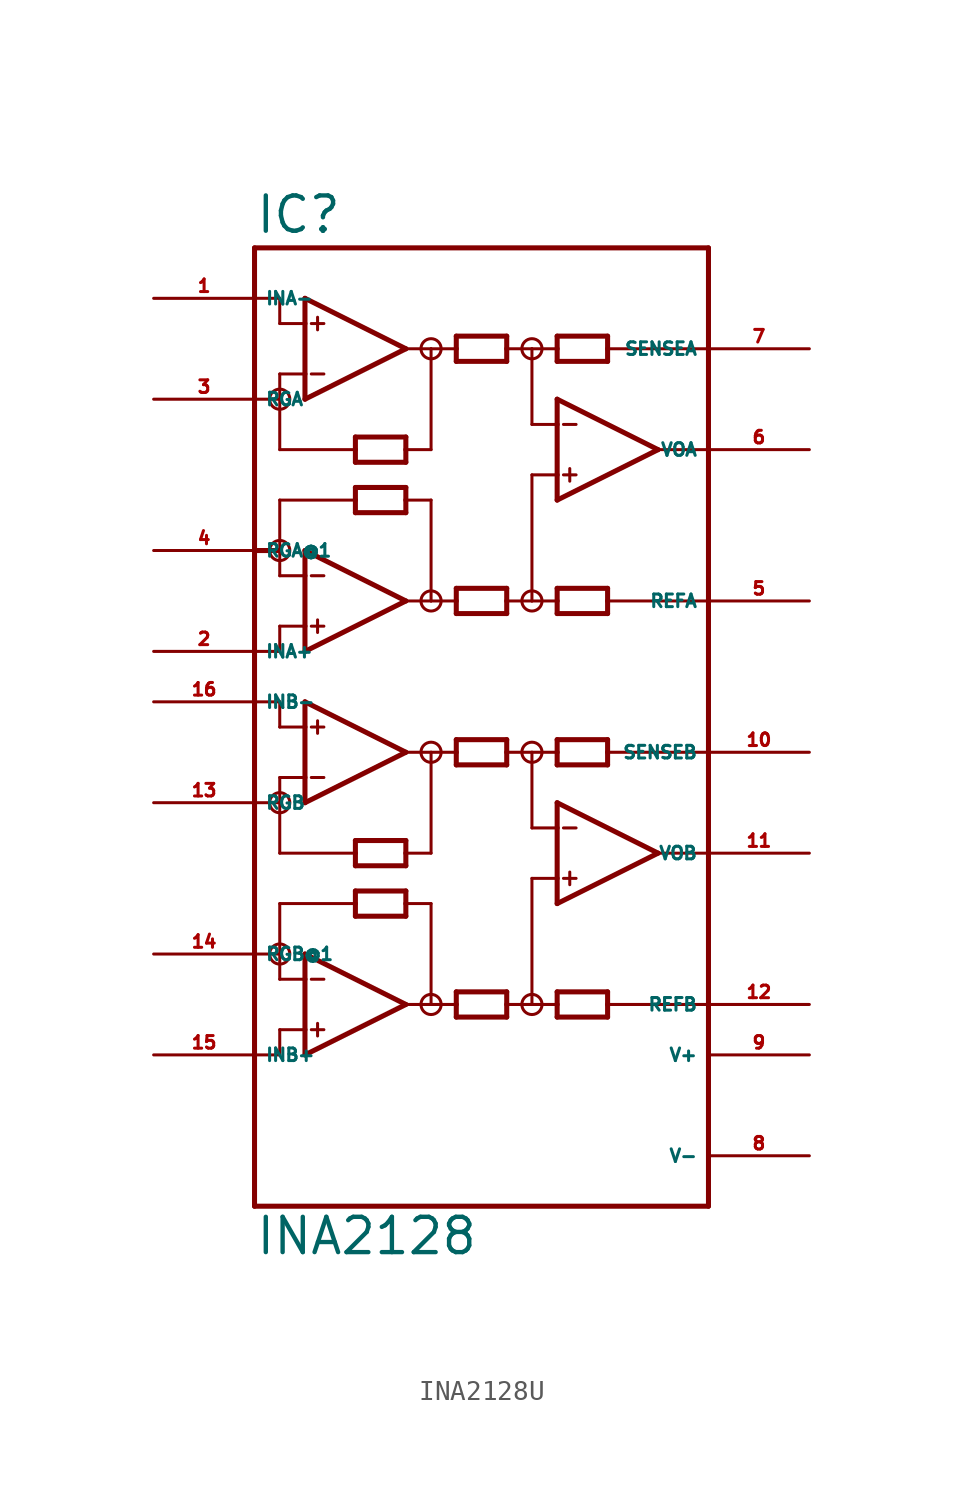
<source format=kicad_sym>
(kicad_symbol_lib
  (version 20220914)
  (generator Eagle2Kicad)
  (symbol "INA2128U"
    (property "Reference" "IC"
      (at -12.7 26.035 0)
      (effects (font (size 1.778 1.778) (thickness 0.22)) (justify left bottom)))
    (property "Value" "INA2128"
      (at -12.7 -25.4 0)
      (effects (font (size 1.778 1.778) (thickness 0.22)) (justify left bottom)))
    (polyline
      (pts (xy -10.16 17.78) (xy -10.16 19.05))
      (stroke (width 0.254) (type default))
      (fill (type none)))
    (polyline
      (pts (xy -10.16 19.05) (xy -10.16 21.59))
      (stroke (width 0.254) (type default))
      (fill (type none)))
    (polyline
      (pts (xy -10.16 21.59) (xy -10.16 22.86))
      (stroke (width 0.254) (type default))
      (fill (type none)))
    (polyline
      (pts (xy -10.16 22.86) (xy -5.08 20.32))
      (stroke (width 0.254) (type default))
      (fill (type none)))
    (polyline
      (pts (xy -5.08 20.32) (xy -10.16 17.78))
      (stroke (width 0.254) (type default))
      (fill (type none)))
    (polyline
      (pts (xy -5.08 14.605) (xy -5.08 15.24))
      (stroke (width 0.254) (type default))
      (fill (type none)))
    (polyline
      (pts (xy -5.08 15.24) (xy -5.08 15.875))
      (stroke (width 0.254) (type default))
      (fill (type none)))
    (polyline
      (pts (xy -5.08 15.875) (xy -7.62 15.875))
      (stroke (width 0.254) (type default))
      (fill (type none)))
    (polyline
      (pts (xy -7.62 15.875) (xy -7.62 15.24))
      (stroke (width 0.254) (type default))
      (fill (type none)))
    (polyline
      (pts (xy -7.62 15.24) (xy -7.62 14.605))
      (stroke (width 0.254) (type default))
      (fill (type none)))
    (polyline
      (pts (xy -7.62 14.605) (xy -5.08 14.605))
      (stroke (width 0.254) (type default))
      (fill (type none)))
    (polyline
      (pts (xy -2.54 19.685) (xy -2.54 20.32))
      (stroke (width 0.254) (type default))
      (fill (type none)))
    (polyline
      (pts (xy -2.54 20.32) (xy -2.54 20.955))
      (stroke (width 0.254) (type default))
      (fill (type none)))
    (polyline
      (pts (xy -2.54 20.955) (xy 0 20.955))
      (stroke (width 0.254) (type default))
      (fill (type none)))
    (polyline
      (pts (xy 0 20.955) (xy 0 20.32))
      (stroke (width 0.254) (type default))
      (fill (type none)))
    (polyline
      (pts (xy 0 20.32) (xy 0 19.685))
      (stroke (width 0.254) (type default))
      (fill (type none)))
    (polyline
      (pts (xy 0 19.685) (xy -2.54 19.685))
      (stroke (width 0.254) (type default))
      (fill (type none)))
    (polyline
      (pts (xy -10.16 21.59) (xy -11.43 21.59))
      (stroke (width 0.152) (type default))
      (fill (type none)))
    (polyline
      (pts (xy 5.08 20.955) (xy 5.08 20.32))
      (stroke (width 0.254) (type default))
      (fill (type none)))
    (polyline
      (pts (xy 5.08 20.32) (xy 5.08 19.685))
      (stroke (width 0.254) (type default))
      (fill (type none)))
    (polyline
      (pts (xy 5.08 19.685) (xy 2.54 19.685))
      (stroke (width 0.254) (type default))
      (fill (type none)))
    (polyline
      (pts (xy 2.54 19.685) (xy 2.54 20.32))
      (stroke (width 0.254) (type default))
      (fill (type none)))
    (polyline
      (pts (xy 2.54 20.32) (xy 2.54 20.955))
      (stroke (width 0.254) (type default))
      (fill (type none)))
    (polyline
      (pts (xy 2.54 20.955) (xy 5.08 20.955))
      (stroke (width 0.254) (type default))
      (fill (type none)))
    (polyline
      (pts (xy 2.54 8.255) (xy 2.54 7.62))
      (stroke (width 0.254) (type default))
      (fill (type none)))
    (polyline
      (pts (xy 2.54 7.62) (xy 2.54 6.985))
      (stroke (width 0.254) (type default))
      (fill (type none)))
    (polyline
      (pts (xy 2.54 6.985) (xy 5.08 6.985))
      (stroke (width 0.254) (type default))
      (fill (type none)))
    (polyline
      (pts (xy 5.08 6.985) (xy 5.08 7.62))
      (stroke (width 0.254) (type default))
      (fill (type none)))
    (polyline
      (pts (xy 5.08 7.62) (xy 5.08 8.255))
      (stroke (width 0.254) (type default))
      (fill (type none)))
    (polyline
      (pts (xy 5.08 8.255) (xy 2.54 8.255))
      (stroke (width 0.254) (type default))
      (fill (type none)))
    (polyline
      (pts (xy -10.16 19.05) (xy -11.43 19.05))
      (stroke (width 0.152) (type default))
      (fill (type none)))
    (polyline
      (pts (xy -9.842 21.59) (xy -9.207 21.59))
      (stroke (width 0.152) (type default))
      (fill (type none)))
    (polyline
      (pts (xy -9.842 19.05) (xy -9.207 19.05))
      (stroke (width 0.152) (type default))
      (fill (type none)))
    (polyline
      (pts (xy -9.525 21.907) (xy -9.525 21.273))
      (stroke (width 0.152) (type default))
      (fill (type none)))
    (polyline
      (pts (xy -10.16 5.08) (xy -10.16 6.35))
      (stroke (width 0.254) (type default))
      (fill (type none)))
    (polyline
      (pts (xy -10.16 6.35) (xy -10.16 8.89))
      (stroke (width 0.254) (type default))
      (fill (type none)))
    (polyline
      (pts (xy -10.16 8.89) (xy -10.16 10.16))
      (stroke (width 0.254) (type default))
      (fill (type none)))
    (polyline
      (pts (xy -10.16 10.16) (xy -5.08 7.62))
      (stroke (width 0.254) (type default))
      (fill (type none)))
    (polyline
      (pts (xy -5.08 7.62) (xy -10.16 5.08))
      (stroke (width 0.254) (type default))
      (fill (type none)))
    (polyline
      (pts (xy 0 6.985) (xy 0 7.62))
      (stroke (width 0.254) (type default))
      (fill (type none)))
    (polyline
      (pts (xy 0 7.62) (xy 0 8.255))
      (stroke (width 0.254) (type default))
      (fill (type none)))
    (polyline
      (pts (xy 0 8.255) (xy -2.54 8.255))
      (stroke (width 0.254) (type default))
      (fill (type none)))
    (polyline
      (pts (xy -2.54 8.255) (xy -2.54 7.62))
      (stroke (width 0.254) (type default))
      (fill (type none)))
    (polyline
      (pts (xy -2.54 7.62) (xy -2.54 6.985))
      (stroke (width 0.254) (type default))
      (fill (type none)))
    (polyline
      (pts (xy -2.54 6.985) (xy 0 6.985))
      (stroke (width 0.254) (type default))
      (fill (type none)))
    (polyline
      (pts (xy -7.62 12.065) (xy -7.62 12.7))
      (stroke (width 0.254) (type default))
      (fill (type none)))
    (polyline
      (pts (xy -7.62 12.7) (xy -7.62 13.335))
      (stroke (width 0.254) (type default))
      (fill (type none)))
    (polyline
      (pts (xy -7.62 13.335) (xy -5.08 13.335))
      (stroke (width 0.254) (type default))
      (fill (type none)))
    (polyline
      (pts (xy -5.08 13.335) (xy -5.08 12.7))
      (stroke (width 0.254) (type default))
      (fill (type none)))
    (polyline
      (pts (xy -5.08 12.7) (xy -5.08 12.065))
      (stroke (width 0.254) (type default))
      (fill (type none)))
    (polyline
      (pts (xy -5.08 12.065) (xy -7.62 12.065))
      (stroke (width 0.254) (type default))
      (fill (type none)))
    (polyline
      (pts (xy -10.16 8.89) (xy -11.43 8.89))
      (stroke (width 0.152) (type default))
      (fill (type none)))
    (polyline
      (pts (xy -10.16 6.35) (xy -11.43 6.35))
      (stroke (width 0.152) (type default))
      (fill (type none)))
    (polyline
      (pts (xy -9.842 8.89) (xy -9.207 8.89))
      (stroke (width 0.152) (type default))
      (fill (type none)))
    (polyline
      (pts (xy -9.842 6.35) (xy -9.207 6.35))
      (stroke (width 0.152) (type default))
      (fill (type none)))
    (polyline
      (pts (xy -9.525 6.668) (xy -9.525 6.032))
      (stroke (width 0.152) (type default))
      (fill (type none)))
    (polyline
      (pts (xy -11.43 21.59) (xy -11.43 22.86))
      (stroke (width 0.152) (type default))
      (fill (type none)))
    (polyline
      (pts (xy -11.43 22.86) (xy -12.7 22.86))
      (stroke (width 0.152) (type default))
      (fill (type none)))
    (polyline
      (pts (xy -11.43 19.05) (xy -11.43 17.78))
      (stroke (width 0.152) (type default))
      (fill (type none)))
    (polyline
      (pts (xy -11.43 17.78) (xy -12.7 17.78))
      (stroke (width 0.152) (type default))
      (fill (type none)))
    (polyline
      (pts (xy 2.54 12.7) (xy 2.54 13.97))
      (stroke (width 0.254) (type default))
      (fill (type none)))
    (polyline
      (pts (xy 2.54 13.97) (xy 2.54 16.51))
      (stroke (width 0.254) (type default))
      (fill (type none)))
    (polyline
      (pts (xy 2.54 16.51) (xy 2.54 17.78))
      (stroke (width 0.254) (type default))
      (fill (type none)))
    (polyline
      (pts (xy 2.54 17.78) (xy 7.62 15.24))
      (stroke (width 0.254) (type default))
      (fill (type none)))
    (polyline
      (pts (xy 7.62 15.24) (xy 2.54 12.7))
      (stroke (width 0.254) (type default))
      (fill (type none)))
    (polyline
      (pts (xy 2.54 13.97) (xy 1.27 13.97))
      (stroke (width 0.152) (type default))
      (fill (type none)))
    (polyline
      (pts (xy 2.857 16.51) (xy 3.493 16.51))
      (stroke (width 0.152) (type default))
      (fill (type none)))
    (polyline
      (pts (xy 2.857 13.97) (xy 3.493 13.97))
      (stroke (width 0.152) (type default))
      (fill (type none)))
    (polyline
      (pts (xy 3.175 14.287) (xy 3.175 13.652))
      (stroke (width 0.152) (type default))
      (fill (type none)))
    (polyline
      (pts (xy -5.08 20.32) (xy -3.81 20.32))
      (stroke (width 0.152) (type default))
      (fill (type none)))
    (polyline
      (pts (xy -3.81 20.32) (xy -2.54 20.32))
      (stroke (width 0.152) (type default))
      (fill (type none)))
    (polyline
      (pts (xy 0 20.32) (xy 1.27 20.32))
      (stroke (width 0.152) (type default))
      (fill (type none)))
    (polyline
      (pts (xy 1.27 20.32) (xy 2.54 20.32))
      (stroke (width 0.152) (type default))
      (fill (type none)))
    (polyline
      (pts (xy 7.62 15.24) (xy 10.16 15.24))
      (stroke (width 0.152) (type default))
      (fill (type none)))
    (polyline
      (pts (xy -11.43 17.78) (xy -11.43 15.24))
      (stroke (width 0.152) (type default))
      (fill (type none)))
    (polyline
      (pts (xy -11.43 15.24) (xy -7.62 15.24))
      (stroke (width 0.152) (type default))
      (fill (type none)))
    (polyline
      (pts (xy -3.81 20.32) (xy -3.81 15.24))
      (stroke (width 0.152) (type default))
      (fill (type none)))
    (polyline
      (pts (xy -3.81 15.24) (xy -5.08 15.24))
      (stroke (width 0.152) (type default))
      (fill (type none)))
    (polyline
      (pts (xy 1.27 20.32) (xy 1.27 16.51))
      (stroke (width 0.152) (type default))
      (fill (type none)))
    (polyline
      (pts (xy 1.27 16.51) (xy 2.54 16.51))
      (stroke (width 0.152) (type default))
      (fill (type none)))
    (polyline
      (pts (xy -7.62 12.7) (xy -11.43 12.7))
      (stroke (width 0.152) (type default))
      (fill (type none)))
    (polyline
      (pts (xy -11.43 12.7) (xy -11.43 10.16))
      (stroke (width 0.152) (type default))
      (fill (type none)))
    (polyline
      (pts (xy -11.43 10.16) (xy -11.43 8.89))
      (stroke (width 0.152) (type default))
      (fill (type none)))
    (polyline
      (pts (xy -5.08 12.7) (xy -3.81 12.7))
      (stroke (width 0.152) (type default))
      (fill (type none)))
    (polyline
      (pts (xy -3.81 12.7) (xy -3.81 7.62))
      (stroke (width 0.152) (type default))
      (fill (type none)))
    (polyline
      (pts (xy -3.81 7.62) (xy -5.08 7.62))
      (stroke (width 0.152) (type default))
      (fill (type none)))
    (polyline
      (pts (xy -3.81 7.62) (xy -2.54 7.62))
      (stroke (width 0.152) (type default))
      (fill (type none)))
    (polyline
      (pts (xy 0 7.62) (xy 1.27 7.62))
      (stroke (width 0.152) (type default))
      (fill (type none)))
    (polyline
      (pts (xy 1.27 7.62) (xy 2.54 7.62))
      (stroke (width 0.152) (type default))
      (fill (type none)))
    (polyline
      (pts (xy -11.43 6.35) (xy -11.43 5.08))
      (stroke (width 0.152) (type default))
      (fill (type none)))
    (polyline
      (pts (xy -11.43 5.08) (xy -12.7 5.08))
      (stroke (width 0.152) (type default))
      (fill (type none)))
    (polyline
      (pts (xy -12.7 10.16) (xy -11.43 10.16))
      (stroke (width 0.254) (type default))
      (fill (type none)))
    (polyline
      (pts (xy 1.27 13.97) (xy 1.27 7.62))
      (stroke (width 0.152) (type default))
      (fill (type none)))
    (polyline
      (pts (xy 5.08 7.62) (xy 10.16 7.62))
      (stroke (width 0.152) (type default))
      (fill (type none)))
    (polyline
      (pts (xy 10.16 20.32) (xy 5.08 20.32))
      (stroke (width 0.152) (type default))
      (fill (type none)))
    (polyline
      (pts (xy -10.16 -2.54) (xy -10.16 -1.27))
      (stroke (width 0.254) (type default))
      (fill (type none)))
    (polyline
      (pts (xy -10.16 -1.27) (xy -10.16 1.27))
      (stroke (width 0.254) (type default))
      (fill (type none)))
    (polyline
      (pts (xy -10.16 1.27) (xy -10.16 2.54))
      (stroke (width 0.254) (type default))
      (fill (type none)))
    (polyline
      (pts (xy -10.16 2.54) (xy -5.08 0))
      (stroke (width 0.254) (type default))
      (fill (type none)))
    (polyline
      (pts (xy -5.08 0) (xy -10.16 -2.54))
      (stroke (width 0.254) (type default))
      (fill (type none)))
    (polyline
      (pts (xy -5.08 -5.715) (xy -5.08 -5.08))
      (stroke (width 0.254) (type default))
      (fill (type none)))
    (polyline
      (pts (xy -5.08 -5.08) (xy -5.08 -4.445))
      (stroke (width 0.254) (type default))
      (fill (type none)))
    (polyline
      (pts (xy -5.08 -4.445) (xy -7.62 -4.445))
      (stroke (width 0.254) (type default))
      (fill (type none)))
    (polyline
      (pts (xy -7.62 -4.445) (xy -7.62 -5.08))
      (stroke (width 0.254) (type default))
      (fill (type none)))
    (polyline
      (pts (xy -7.62 -5.08) (xy -7.62 -5.715))
      (stroke (width 0.254) (type default))
      (fill (type none)))
    (polyline
      (pts (xy -7.62 -5.715) (xy -5.08 -5.715))
      (stroke (width 0.254) (type default))
      (fill (type none)))
    (polyline
      (pts (xy -2.54 -0.635) (xy -2.54 0))
      (stroke (width 0.254) (type default))
      (fill (type none)))
    (polyline
      (pts (xy -2.54 0) (xy -2.54 0.635))
      (stroke (width 0.254) (type default))
      (fill (type none)))
    (polyline
      (pts (xy -2.54 0.635) (xy 0 0.635))
      (stroke (width 0.254) (type default))
      (fill (type none)))
    (polyline
      (pts (xy 0 0.635) (xy 0 0))
      (stroke (width 0.254) (type default))
      (fill (type none)))
    (polyline
      (pts (xy 0 0) (xy 0 -0.635))
      (stroke (width 0.254) (type default))
      (fill (type none)))
    (polyline
      (pts (xy 0 -0.635) (xy -2.54 -0.635))
      (stroke (width 0.254) (type default))
      (fill (type none)))
    (polyline
      (pts (xy -10.16 1.27) (xy -11.43 1.27))
      (stroke (width 0.152) (type default))
      (fill (type none)))
    (polyline
      (pts (xy 5.08 0.635) (xy 5.08 0))
      (stroke (width 0.254) (type default))
      (fill (type none)))
    (polyline
      (pts (xy 5.08 0) (xy 5.08 -0.635))
      (stroke (width 0.254) (type default))
      (fill (type none)))
    (polyline
      (pts (xy 5.08 -0.635) (xy 2.54 -0.635))
      (stroke (width 0.254) (type default))
      (fill (type none)))
    (polyline
      (pts (xy 2.54 -0.635) (xy 2.54 0))
      (stroke (width 0.254) (type default))
      (fill (type none)))
    (polyline
      (pts (xy 2.54 0) (xy 2.54 0.635))
      (stroke (width 0.254) (type default))
      (fill (type none)))
    (polyline
      (pts (xy 2.54 0.635) (xy 5.08 0.635))
      (stroke (width 0.254) (type default))
      (fill (type none)))
    (polyline
      (pts (xy 2.54 -12.065) (xy 2.54 -12.7))
      (stroke (width 0.254) (type default))
      (fill (type none)))
    (polyline
      (pts (xy 2.54 -12.7) (xy 2.54 -13.335))
      (stroke (width 0.254) (type default))
      (fill (type none)))
    (polyline
      (pts (xy 2.54 -13.335) (xy 5.08 -13.335))
      (stroke (width 0.254) (type default))
      (fill (type none)))
    (polyline
      (pts (xy 5.08 -13.335) (xy 5.08 -12.7))
      (stroke (width 0.254) (type default))
      (fill (type none)))
    (polyline
      (pts (xy 5.08 -12.7) (xy 5.08 -12.065))
      (stroke (width 0.254) (type default))
      (fill (type none)))
    (polyline
      (pts (xy 5.08 -12.065) (xy 2.54 -12.065))
      (stroke (width 0.254) (type default))
      (fill (type none)))
    (polyline
      (pts (xy -10.16 -1.27) (xy -11.43 -1.27))
      (stroke (width 0.152) (type default))
      (fill (type none)))
    (polyline
      (pts (xy -9.842 1.27) (xy -9.207 1.27))
      (stroke (width 0.152) (type default))
      (fill (type none)))
    (polyline
      (pts (xy -9.842 -1.27) (xy -9.207 -1.27))
      (stroke (width 0.152) (type default))
      (fill (type none)))
    (polyline
      (pts (xy -9.525 1.587) (xy -9.525 0.953))
      (stroke (width 0.152) (type default))
      (fill (type none)))
    (polyline
      (pts (xy -10.16 -15.24) (xy -10.16 -13.97))
      (stroke (width 0.254) (type default))
      (fill (type none)))
    (polyline
      (pts (xy -10.16 -13.97) (xy -10.16 -11.43))
      (stroke (width 0.254) (type default))
      (fill (type none)))
    (polyline
      (pts (xy -10.16 -11.43) (xy -10.16 -10.16))
      (stroke (width 0.254) (type default))
      (fill (type none)))
    (polyline
      (pts (xy -10.16 -10.16) (xy -5.08 -12.7))
      (stroke (width 0.254) (type default))
      (fill (type none)))
    (polyline
      (pts (xy -5.08 -12.7) (xy -10.16 -15.24))
      (stroke (width 0.254) (type default))
      (fill (type none)))
    (polyline
      (pts (xy 0 -13.335) (xy 0 -12.7))
      (stroke (width 0.254) (type default))
      (fill (type none)))
    (polyline
      (pts (xy 0 -12.7) (xy 0 -12.065))
      (stroke (width 0.254) (type default))
      (fill (type none)))
    (polyline
      (pts (xy 0 -12.065) (xy -2.54 -12.065))
      (stroke (width 0.254) (type default))
      (fill (type none)))
    (polyline
      (pts (xy -2.54 -12.065) (xy -2.54 -12.7))
      (stroke (width 0.254) (type default))
      (fill (type none)))
    (polyline
      (pts (xy -2.54 -12.7) (xy -2.54 -13.335))
      (stroke (width 0.254) (type default))
      (fill (type none)))
    (polyline
      (pts (xy -2.54 -13.335) (xy 0 -13.335))
      (stroke (width 0.254) (type default))
      (fill (type none)))
    (polyline
      (pts (xy -7.62 -8.255) (xy -7.62 -7.62))
      (stroke (width 0.254) (type default))
      (fill (type none)))
    (polyline
      (pts (xy -7.62 -7.62) (xy -7.62 -6.985))
      (stroke (width 0.254) (type default))
      (fill (type none)))
    (polyline
      (pts (xy -7.62 -6.985) (xy -5.08 -6.985))
      (stroke (width 0.254) (type default))
      (fill (type none)))
    (polyline
      (pts (xy -5.08 -6.985) (xy -5.08 -7.62))
      (stroke (width 0.254) (type default))
      (fill (type none)))
    (polyline
      (pts (xy -5.08 -7.62) (xy -5.08 -8.255))
      (stroke (width 0.254) (type default))
      (fill (type none)))
    (polyline
      (pts (xy -5.08 -8.255) (xy -7.62 -8.255))
      (stroke (width 0.254) (type default))
      (fill (type none)))
    (polyline
      (pts (xy -10.16 -11.43) (xy -11.43 -11.43))
      (stroke (width 0.152) (type default))
      (fill (type none)))
    (polyline
      (pts (xy -10.16 -13.97) (xy -11.43 -13.97))
      (stroke (width 0.152) (type default))
      (fill (type none)))
    (polyline
      (pts (xy -9.842 -11.43) (xy -9.207 -11.43))
      (stroke (width 0.152) (type default))
      (fill (type none)))
    (polyline
      (pts (xy -9.842 -13.97) (xy -9.207 -13.97))
      (stroke (width 0.152) (type default))
      (fill (type none)))
    (polyline
      (pts (xy -9.525 -13.652) (xy -9.525 -14.287))
      (stroke (width 0.152) (type default))
      (fill (type none)))
    (polyline
      (pts (xy -11.43 1.27) (xy -11.43 2.54))
      (stroke (width 0.152) (type default))
      (fill (type none)))
    (polyline
      (pts (xy -11.43 2.54) (xy -12.7 2.54))
      (stroke (width 0.152) (type default))
      (fill (type none)))
    (polyline
      (pts (xy -11.43 -1.27) (xy -11.43 -2.54))
      (stroke (width 0.152) (type default))
      (fill (type none)))
    (polyline
      (pts (xy -11.43 -2.54) (xy -12.7 -2.54))
      (stroke (width 0.152) (type default))
      (fill (type none)))
    (polyline
      (pts (xy 2.54 -7.62) (xy 2.54 -6.35))
      (stroke (width 0.254) (type default))
      (fill (type none)))
    (polyline
      (pts (xy 2.54 -6.35) (xy 2.54 -3.81))
      (stroke (width 0.254) (type default))
      (fill (type none)))
    (polyline
      (pts (xy 2.54 -3.81) (xy 2.54 -2.54))
      (stroke (width 0.254) (type default))
      (fill (type none)))
    (polyline
      (pts (xy 2.54 -2.54) (xy 7.62 -5.08))
      (stroke (width 0.254) (type default))
      (fill (type none)))
    (polyline
      (pts (xy 7.62 -5.08) (xy 2.54 -7.62))
      (stroke (width 0.254) (type default))
      (fill (type none)))
    (polyline
      (pts (xy 2.54 -6.35) (xy 1.27 -6.35))
      (stroke (width 0.152) (type default))
      (fill (type none)))
    (polyline
      (pts (xy 2.857 -3.81) (xy 3.493 -3.81))
      (stroke (width 0.152) (type default))
      (fill (type none)))
    (polyline
      (pts (xy 2.857 -6.35) (xy 3.493 -6.35))
      (stroke (width 0.152) (type default))
      (fill (type none)))
    (polyline
      (pts (xy 3.175 -6.032) (xy 3.175 -6.668))
      (stroke (width 0.152) (type default))
      (fill (type none)))
    (polyline
      (pts (xy -5.08 0) (xy -3.81 0))
      (stroke (width 0.152) (type default))
      (fill (type none)))
    (polyline
      (pts (xy -3.81 0) (xy -2.54 0))
      (stroke (width 0.152) (type default))
      (fill (type none)))
    (polyline
      (pts (xy 0 0) (xy 1.27 0))
      (stroke (width 0.152) (type default))
      (fill (type none)))
    (polyline
      (pts (xy 1.27 0) (xy 2.54 0))
      (stroke (width 0.152) (type default))
      (fill (type none)))
    (polyline
      (pts (xy 7.62 -5.08) (xy 10.16 -5.08))
      (stroke (width 0.152) (type default))
      (fill (type none)))
    (polyline
      (pts (xy -11.43 -2.54) (xy -11.43 -5.08))
      (stroke (width 0.152) (type default))
      (fill (type none)))
    (polyline
      (pts (xy -11.43 -5.08) (xy -7.62 -5.08))
      (stroke (width 0.152) (type default))
      (fill (type none)))
    (polyline
      (pts (xy -3.81 0) (xy -3.81 -5.08))
      (stroke (width 0.152) (type default))
      (fill (type none)))
    (polyline
      (pts (xy -3.81 -5.08) (xy -5.08 -5.08))
      (stroke (width 0.152) (type default))
      (fill (type none)))
    (polyline
      (pts (xy 1.27 0) (xy 1.27 -3.81))
      (stroke (width 0.152) (type default))
      (fill (type none)))
    (polyline
      (pts (xy 1.27 -3.81) (xy 2.54 -3.81))
      (stroke (width 0.152) (type default))
      (fill (type none)))
    (polyline
      (pts (xy -7.62 -7.62) (xy -11.43 -7.62))
      (stroke (width 0.152) (type default))
      (fill (type none)))
    (polyline
      (pts (xy -11.43 -7.62) (xy -11.43 -10.16))
      (stroke (width 0.152) (type default))
      (fill (type none)))
    (polyline
      (pts (xy -11.43 -10.16) (xy -11.43 -11.43))
      (stroke (width 0.152) (type default))
      (fill (type none)))
    (polyline
      (pts (xy -5.08 -7.62) (xy -3.81 -7.62))
      (stroke (width 0.152) (type default))
      (fill (type none)))
    (polyline
      (pts (xy -3.81 -7.62) (xy -3.81 -12.7))
      (stroke (width 0.152) (type default))
      (fill (type none)))
    (polyline
      (pts (xy -3.81 -12.7) (xy -5.08 -12.7))
      (stroke (width 0.152) (type default))
      (fill (type none)))
    (polyline
      (pts (xy -3.81 -12.7) (xy -2.54 -12.7))
      (stroke (width 0.152) (type default))
      (fill (type none)))
    (polyline
      (pts (xy 0 -12.7) (xy 1.27 -12.7))
      (stroke (width 0.152) (type default))
      (fill (type none)))
    (polyline
      (pts (xy 1.27 -12.7) (xy 2.54 -12.7))
      (stroke (width 0.152) (type default))
      (fill (type none)))
    (polyline
      (pts (xy -11.43 -13.97) (xy -11.43 -15.24))
      (stroke (width 0.152) (type default))
      (fill (type none)))
    (polyline
      (pts (xy -11.43 -15.24) (xy -12.7 -15.24))
      (stroke (width 0.152) (type default))
      (fill (type none)))
    (polyline
      (pts (xy -12.7 -10.16) (xy -11.43 -10.16))
      (stroke (width 0.152) (type default))
      (fill (type none)))
    (polyline
      (pts (xy 1.27 -6.35) (xy 1.27 -12.7))
      (stroke (width 0.152) (type default))
      (fill (type none)))
    (polyline
      (pts (xy 5.08 -12.7) (xy 10.16 -12.7))
      (stroke (width 0.152) (type default))
      (fill (type none)))
    (polyline
      (pts (xy 10.16 0) (xy 5.08 0))
      (stroke (width 0.152) (type default))
      (fill (type none)))
    (polyline
      (pts (xy -12.7 -22.86) (xy -12.7 25.4))
      (stroke (width 0.254) (type default))
      (fill (type none)))
    (polyline
      (pts (xy -12.7 25.4) (xy 10.16 25.4))
      (stroke (width 0.254) (type default))
      (fill (type none)))
    (polyline
      (pts (xy 10.16 25.4) (xy 10.16 -22.86))
      (stroke (width 0.254) (type default))
      (fill (type none)))
    (polyline
      (pts (xy 10.16 -22.86) (xy -12.7 -22.86))
      (stroke (width 0.254) (type default))
      (fill (type none)))
    (circle
      (center -11.43 17.78)
      (radius 0.508)
      (stroke (width 0) (type default))
      (fill (type none)))
    (circle
      (center -3.81 20.32)
      (radius 0.508)
      (stroke (width 0) (type default))
      (fill (type none)))
    (circle
      (center 1.27 20.32)
      (radius 0.508)
      (stroke (width 0) (type default))
      (fill (type none)))
    (circle
      (center -11.43 10.16)
      (radius 0.508)
      (stroke (width 0) (type default))
      (fill (type none)))
    (circle
      (center -3.81 7.62)
      (radius 0.508)
      (stroke (width 0) (type default))
      (fill (type none)))
    (circle
      (center 1.27 7.62)
      (radius 0.508)
      (stroke (width 0) (type default))
      (fill (type none)))
    (circle
      (center -11.43 -2.54)
      (radius 0.508)
      (stroke (width 0) (type default))
      (fill (type none)))
    (circle
      (center -3.81 0)
      (radius 0.508)
      (stroke (width 0) (type default))
      (fill (type none)))
    (circle
      (center 1.27 0)
      (radius 0.508)
      (stroke (width 0) (type default))
      (fill (type none)))
    (circle
      (center -11.43 -10.16)
      (radius 0.508)
      (stroke (width 0) (type default))
      (fill (type none)))
    (circle
      (center -3.81 -12.7)
      (radius 0.508)
      (stroke (width 0) (type default))
      (fill (type none)))
    (circle
      (center 1.27 -12.7)
      (radius 0.508)
      (stroke (width 0) (type default))
      (fill (type none)))
    (pin input line
      (at -17.78 22.86 0)
      (length 5.08)
      (name "INA-" (effects (font (size 0.635 0.635) (thickness 0.08)) (justify left bottom)))
      (number "1" (effects (font (size 0.635 0.635) (thickness 0.08)) (justify left bottom))))
    (pin input line
      (at -17.78 5.08 0)
      (length 5.08)
      (name "INA+" (effects (font (size 0.635 0.635) (thickness 0.08)) (justify left bottom)))
      (number "2" (effects (font (size 0.635 0.635) (thickness 0.08)) (justify left bottom))))
    (pin input line
      (at -17.78 2.54 0)
      (length 5.08)
      (name "INB-" (effects (font (size 0.635 0.635) (thickness 0.08)) (justify left bottom)))
      (number "16" (effects (font (size 0.635 0.635) (thickness 0.08)) (justify left bottom))))
    (pin input line
      (at -17.78 -15.24 0)
      (length 5.08)
      (name "INB+" (effects (font (size 0.635 0.635) (thickness 0.08)) (justify left bottom)))
      (number "15" (effects (font (size 0.635 0.635) (thickness 0.08)) (justify left bottom))))
    (pin unspecified line
      (at 15.24 -15.24 180)
      (length 5.08)
      (name "V+" (effects (font (size 0.635 0.635) (thickness 0.08)) (justify left bottom)))
      (number "9" (effects (font (size 0.635 0.635) (thickness 0.08)) (justify left bottom))))
    (pin unspecified line
      (at 15.24 -20.32 180)
      (length 5.08)
      (name "V-" (effects (font (size 0.635 0.635) (thickness 0.08)) (justify left bottom)))
      (number "8" (effects (font (size 0.635 0.635) (thickness 0.08)) (justify left bottom))))
    (pin passive line
      (at -17.78 17.78 0)
      (length 5.08)
      (name "RGA" (effects (font (size 0.635 0.635) (thickness 0.08)) (justify left bottom)))
      (number "3" (effects (font (size 0.635 0.635) (thickness 0.08)) (justify left bottom))))
    (pin passive line
      (at -17.78 10.16 0)
      (length 5.08)
      (name "RGA@1" (effects (font (size 0.635 0.635) (thickness 0.08)) (justify left bottom)))
      (number "4" (effects (font (size 0.635 0.635) (thickness 0.08)) (justify left bottom))))
    (pin passive line
      (at -17.78 -2.54 0)
      (length 5.08)
      (name "RGB" (effects (font (size 0.635 0.635) (thickness 0.08)) (justify left bottom)))
      (number "13" (effects (font (size 0.635 0.635) (thickness 0.08)) (justify left bottom))))
    (pin passive line
      (at -17.78 -10.16 0)
      (length 5.08)
      (name "RGB@1" (effects (font (size 0.635 0.635) (thickness 0.08)) (justify left bottom)))
      (number "14" (effects (font (size 0.635 0.635) (thickness 0.08)) (justify left bottom))))
    (pin output line
      (at 15.24 15.24 180)
      (length 5.08)
      (name "VOA" (effects (font (size 0.635 0.635) (thickness 0.08)) (justify left bottom)))
      (number "6" (effects (font (size 0.635 0.635) (thickness 0.08)) (justify left bottom))))
    (pin output line
      (at 15.24 -5.08 180)
      (length 5.08)
      (name "VOB" (effects (font (size 0.635 0.635) (thickness 0.08)) (justify left bottom)))
      (number "11" (effects (font (size 0.635 0.635) (thickness 0.08)) (justify left bottom))))
    (pin input line
      (at 15.24 7.62 180)
      (length 5.08)
      (name "REFA" (effects (font (size 0.635 0.635) (thickness 0.08)) (justify left bottom)))
      (number "5" (effects (font (size 0.635 0.635) (thickness 0.08)) (justify left bottom))))
    (pin input line
      (at 15.24 -12.7 180)
      (length 5.08)
      (name "REFB" (effects (font (size 0.635 0.635) (thickness 0.08)) (justify left bottom)))
      (number "12" (effects (font (size 0.635 0.635) (thickness 0.08)) (justify left bottom))))
    (pin input line
      (at 15.24 20.32 180)
      (length 5.08)
      (name "SENSEA" (effects (font (size 0.635 0.635) (thickness 0.08)) (justify left bottom)))
      (number "7" (effects (font (size 0.635 0.635) (thickness 0.08)) (justify left bottom))))
    (pin input line
      (at 15.24 0 180)
      (length 5.08)
      (name "SENSEB" (effects (font (size 0.635 0.635) (thickness 0.08)) (justify left bottom)))
      (number "10" (effects (font (size 0.635 0.635) (thickness 0.08)) (justify left bottom))))))
</source>
